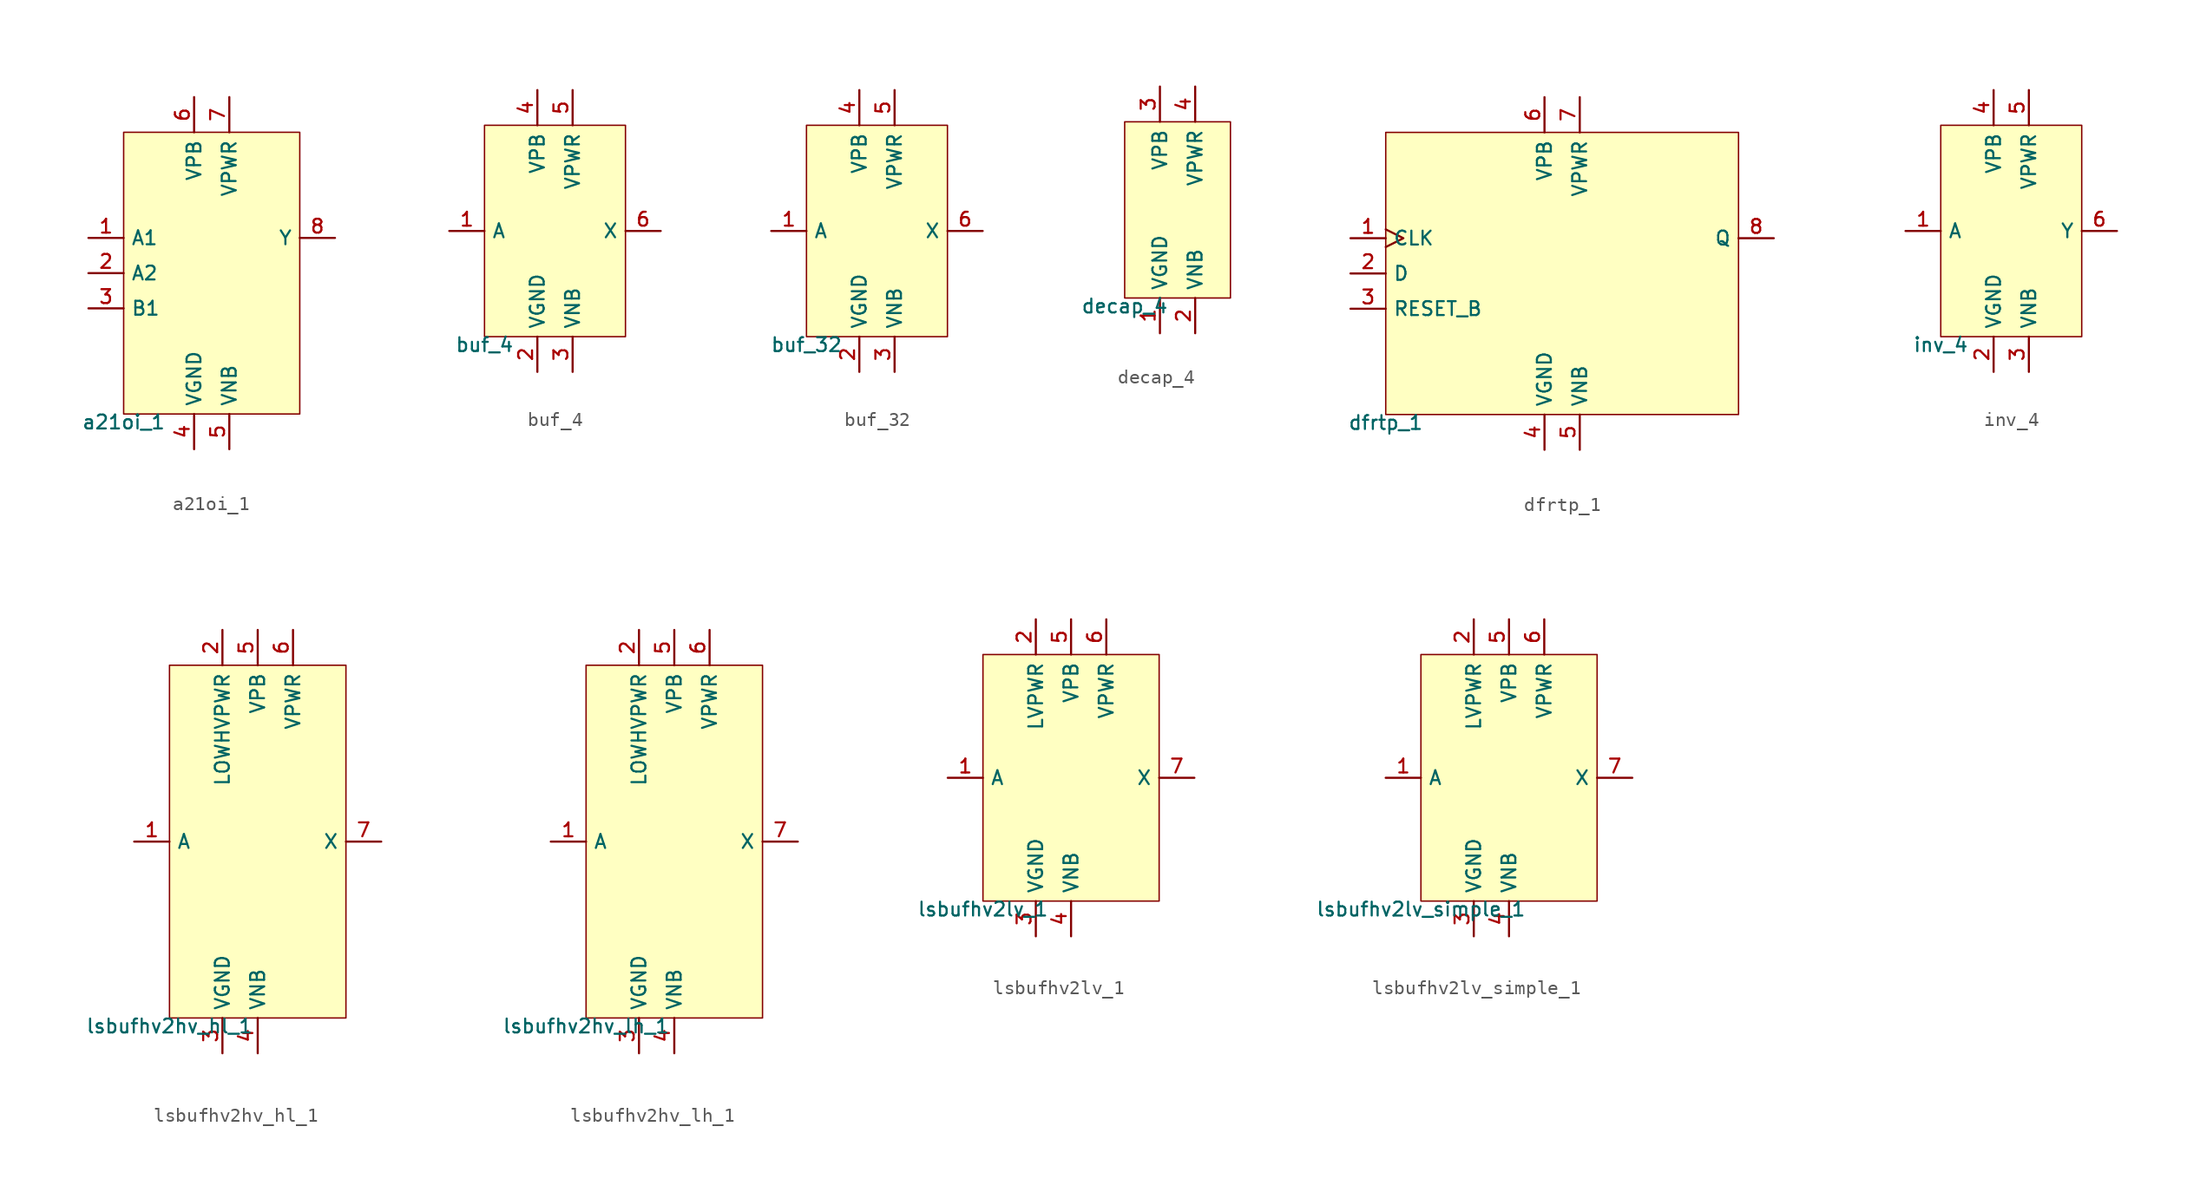
<source format=kicad_sym>
(kicad_symbol_lib
  (version 20211014)
  (generator pdk2kicad)
  (symbol "a21oi_1"
    (property "Reference" "X"
      (at 0 0 0)
      (effects (font (size 1 1)) hide))
    (property "Value" "a21oi_1"
      (at -6.35 -10.16 0)
      (effects (font (size 1 1)) (justify top)))
    (rectangle
      (start -6.35 -10.16)
      (end 6.35 10.16)
      (stroke (width 0.1) (type solid) (color 0 0 0 0))
      (fill (type background)))
    (pin input line
      (at -8.89 2.54 0)
      (length 2.54)
      (name "A1" (effects (font (size 1 1)) hide))
      (number "1" (effects (font (size 1 1)) hide)))
    (pin input line
      (at -8.89 0.0 0)
      (length 2.54)
      (name "A2" (effects (font (size 1 1)) hide))
      (number "2" (effects (font (size 1 1)) hide)))
    (pin input line
      (at -8.89 -2.54 0)
      (length 2.54)
      (name "B1" (effects (font (size 1 1)) hide))
      (number "3" (effects (font (size 1 1)) hide)))
    (pin power_in line
      (at -1.27 -12.7 90)
      (length 2.54)
      (name "VGND" (effects (font (size 1 1)) hide))
      (number "4" (effects (font (size 1 1)) hide)))
    (pin power_in line
      (at 1.27 -12.7 90)
      (length 2.54)
      (name "VNB" (effects (font (size 1 1)) hide))
      (number "5" (effects (font (size 1 1)) hide)))
    (pin power_in line
      (at -1.27 12.7 270)
      (length 2.54)
      (name "VPB" (effects (font (size 1 1)) hide))
      (number "6" (effects (font (size 1 1)) hide)))
    (pin power_in line
      (at 1.27 12.7 270)
      (length 2.54)
      (name "VPWR" (effects (font (size 1 1)) hide))
      (number "7" (effects (font (size 1 1)) hide)))
    (pin output line
      (at 8.89 2.54 180)
      (length 2.54)
      (name "Y" (effects (font (size 1 1)) hide))
      (number "8" (effects (font (size 1 1)) hide))))
  (symbol "buf_4"
    (property "Reference" "X"
      (at 0 0 0)
      (effects (font (size 1 1)) hide))
    (property "Value" "buf_4"
      (at -5.08 -7.62 0)
      (effects (font (size 1 1)) (justify top)))
    (rectangle
      (start -5.08 -7.62)
      (end 5.08 7.62)
      (stroke (width 0.1) (type solid) (color 0 0 0 0))
      (fill (type background)))
    (pin input line
      (at -7.62 0.0 0)
      (length 2.54)
      (name "A" (effects (font (size 1 1)) hide))
      (number "1" (effects (font (size 1 1)) hide)))
    (pin power_in line
      (at -1.27 -10.16 90)
      (length 2.54)
      (name "VGND" (effects (font (size 1 1)) hide))
      (number "2" (effects (font (size 1 1)) hide)))
    (pin power_in line
      (at 1.27 -10.16 90)
      (length 2.54)
      (name "VNB" (effects (font (size 1 1)) hide))
      (number "3" (effects (font (size 1 1)) hide)))
    (pin power_in line
      (at -1.27 10.16 270)
      (length 2.54)
      (name "VPB" (effects (font (size 1 1)) hide))
      (number "4" (effects (font (size 1 1)) hide)))
    (pin power_in line
      (at 1.27 10.16 270)
      (length 2.54)
      (name "VPWR" (effects (font (size 1 1)) hide))
      (number "5" (effects (font (size 1 1)) hide)))
    (pin output line
      (at 7.62 0.0 180)
      (length 2.54)
      (name "X" (effects (font (size 1 1)) hide))
      (number "6" (effects (font (size 1 1)) hide))))
  (symbol "buf_32"
    (property "Reference" "X"
      (at 0 0 0)
      (effects (font (size 1 1)) hide))
    (property "Value" "buf_32"
      (at -5.08 -7.62 0)
      (effects (font (size 1 1)) (justify top)))
    (rectangle
      (start -5.08 -7.62)
      (end 5.08 7.62)
      (stroke (width 0.1) (type solid) (color 0 0 0 0))
      (fill (type background)))
    (pin input line
      (at -7.62 0.0 0)
      (length 2.54)
      (name "A" (effects (font (size 1 1)) hide))
      (number "1" (effects (font (size 1 1)) hide)))
    (pin power_in line
      (at -1.27 -10.16 90)
      (length 2.54)
      (name "VGND" (effects (font (size 1 1)) hide))
      (number "2" (effects (font (size 1 1)) hide)))
    (pin power_in line
      (at 1.27 -10.16 90)
      (length 2.54)
      (name "VNB" (effects (font (size 1 1)) hide))
      (number "3" (effects (font (size 1 1)) hide)))
    (pin power_in line
      (at -1.27 10.16 270)
      (length 2.54)
      (name "VPB" (effects (font (size 1 1)) hide))
      (number "4" (effects (font (size 1 1)) hide)))
    (pin power_in line
      (at 1.27 10.16 270)
      (length 2.54)
      (name "VPWR" (effects (font (size 1 1)) hide))
      (number "5" (effects (font (size 1 1)) hide)))
    (pin output line
      (at 7.62 0.0 180)
      (length 2.54)
      (name "X" (effects (font (size 1 1)) hide))
      (number "6" (effects (font (size 1 1)) hide))))
  (symbol "decap_4"
    (property "Reference" "X"
      (at 0 0 0)
      (effects (font (size 1 1)) hide))
    (property "Value" "decap_4"
      (at -3.81 -6.35 0)
      (effects (font (size 1 1)) (justify top)))
    (rectangle
      (start -3.81 -6.35)
      (end 3.81 6.35)
      (stroke (width 0.1) (type solid) (color 0 0 0 0))
      (fill (type background)))
    (pin power_in line
      (at -1.27 -8.89 90)
      (length 2.54)
      (name "VGND" (effects (font (size 1 1)) hide))
      (number "1" (effects (font (size 1 1)) hide)))
    (pin power_in line
      (at 1.27 -8.89 90)
      (length 2.54)
      (name "VNB" (effects (font (size 1 1)) hide))
      (number "2" (effects (font (size 1 1)) hide)))
    (pin power_in line
      (at -1.27 8.89 270)
      (length 2.54)
      (name "VPB" (effects (font (size 1 1)) hide))
      (number "3" (effects (font (size 1 1)) hide)))
    (pin power_in line
      (at 1.27 8.89 270)
      (length 2.54)
      (name "VPWR" (effects (font (size 1 1)) hide))
      (number "4" (effects (font (size 1 1)) hide))))
  (symbol "dfrtp_1"
    (property "Reference" "X"
      (at 0 0 0)
      (effects (font (size 1 1)) hide))
    (property "Value" "dfrtp_1"
      (at -12.7 -10.16 0)
      (effects (font (size 1 1)) (justify top)))
    (rectangle
      (start -12.7 -10.16)
      (end 12.7 10.16)
      (stroke (width 0.1) (type solid) (color 0 0 0 0))
      (fill (type background)))
    (pin input clock
      (at -15.24 2.54 0)
      (length 2.54)
      (name "CLK" (effects (font (size 1 1)) hide))
      (number "1" (effects (font (size 1 1)) hide)))
    (pin input line
      (at -15.24 0.0 0)
      (length 2.54)
      (name "D" (effects (font (size 1 1)) hide))
      (number "2" (effects (font (size 1 1)) hide)))
    (pin input line
      (at -15.24 -2.54 0)
      (length 2.54)
      (name "RESET_B" (effects (font (size 1 1)) hide))
      (number "3" (effects (font (size 1 1)) hide)))
    (pin power_in line
      (at -1.27 -12.7 90)
      (length 2.54)
      (name "VGND" (effects (font (size 1 1)) hide))
      (number "4" (effects (font (size 1 1)) hide)))
    (pin power_in line
      (at 1.27 -12.7 90)
      (length 2.54)
      (name "VNB" (effects (font (size 1 1)) hide))
      (number "5" (effects (font (size 1 1)) hide)))
    (pin power_in line
      (at -1.27 12.7 270)
      (length 2.54)
      (name "VPB" (effects (font (size 1 1)) hide))
      (number "6" (effects (font (size 1 1)) hide)))
    (pin power_in line
      (at 1.27 12.7 270)
      (length 2.54)
      (name "VPWR" (effects (font (size 1 1)) hide))
      (number "7" (effects (font (size 1 1)) hide)))
    (pin output line
      (at 15.24 2.54 180)
      (length 2.54)
      (name "Q" (effects (font (size 1 1)) hide))
      (number "8" (effects (font (size 1 1)) hide))))
  (symbol "inv_4"
    (property "Reference" "X"
      (at 0 0 0)
      (effects (font (size 1 1)) hide))
    (property "Value" "inv_4"
      (at -5.08 -7.62 0)
      (effects (font (size 1 1)) (justify top)))
    (rectangle
      (start -5.08 -7.62)
      (end 5.08 7.62)
      (stroke (width 0.1) (type solid) (color 0 0 0 0))
      (fill (type background)))
    (pin input line
      (at -7.62 0.0 0)
      (length 2.54)
      (name "A" (effects (font (size 1 1)) hide))
      (number "1" (effects (font (size 1 1)) hide)))
    (pin power_in line
      (at -1.27 -10.16 90)
      (length 2.54)
      (name "VGND" (effects (font (size 1 1)) hide))
      (number "2" (effects (font (size 1 1)) hide)))
    (pin power_in line
      (at 1.27 -10.16 90)
      (length 2.54)
      (name "VNB" (effects (font (size 1 1)) hide))
      (number "3" (effects (font (size 1 1)) hide)))
    (pin power_in line
      (at -1.27 10.16 270)
      (length 2.54)
      (name "VPB" (effects (font (size 1 1)) hide))
      (number "4" (effects (font (size 1 1)) hide)))
    (pin power_in line
      (at 1.27 10.16 270)
      (length 2.54)
      (name "VPWR" (effects (font (size 1 1)) hide))
      (number "5" (effects (font (size 1 1)) hide)))
    (pin output line
      (at 7.62 0.0 180)
      (length 2.54)
      (name "Y" (effects (font (size 1 1)) hide))
      (number "6" (effects (font (size 1 1)) hide))))
  (symbol "lsbufhv2hv_hl_1"
    (property "Reference" "X"
      (at 0 0 0)
      (effects (font (size 1 1)) hide))
    (property "Value" "lsbufhv2hv_hl_1"
      (at -6.35 -12.7 0)
      (effects (font (size 1 1)) (justify top)))
    (rectangle
      (start -6.35 -12.7)
      (end 6.35 12.7)
      (stroke (width 0.1) (type solid) (color 0 0 0 0))
      (fill (type background)))
    (pin input line
      (at -8.89 0.0 0)
      (length 2.54)
      (name "A" (effects (font (size 1 1)) hide))
      (number "1" (effects (font (size 1 1)) hide)))
    (pin power_in line
      (at -2.54 15.24 270)
      (length 2.54)
      (name "LOWHVPWR" (effects (font (size 1 1)) hide))
      (number "2" (effects (font (size 1 1)) hide)))
    (pin power_in line
      (at -2.54 -15.24 90)
      (length 2.54)
      (name "VGND" (effects (font (size 1 1)) hide))
      (number "3" (effects (font (size 1 1)) hide)))
    (pin power_in line
      (at 4.440892098500626e-16 -15.24 90)
      (length 2.54)
      (name "VNB" (effects (font (size 1 1)) hide))
      (number "4" (effects (font (size 1 1)) hide)))
    (pin power_in line
      (at 4.440892098500626e-16 15.24 270)
      (length 2.54)
      (name "VPB" (effects (font (size 1 1)) hide))
      (number "5" (effects (font (size 1 1)) hide)))
    (pin power_in line
      (at 2.54 15.24 270)
      (length 2.54)
      (name "VPWR" (effects (font (size 1 1)) hide))
      (number "6" (effects (font (size 1 1)) hide)))
    (pin output line
      (at 8.89 0.0 180)
      (length 2.54)
      (name "X" (effects (font (size 1 1)) hide))
      (number "7" (effects (font (size 1 1)) hide))))
  (symbol "lsbufhv2hv_lh_1"
    (property "Reference" "X"
      (at 0 0 0)
      (effects (font (size 1 1)) hide))
    (property "Value" "lsbufhv2hv_lh_1"
      (at -6.35 -12.7 0)
      (effects (font (size 1 1)) (justify top)))
    (rectangle
      (start -6.35 -12.7)
      (end 6.35 12.7)
      (stroke (width 0.1) (type solid) (color 0 0 0 0))
      (fill (type background)))
    (pin input line
      (at -8.89 0.0 0)
      (length 2.54)
      (name "A" (effects (font (size 1 1)) hide))
      (number "1" (effects (font (size 1 1)) hide)))
    (pin power_in line
      (at -2.54 15.24 270)
      (length 2.54)
      (name "LOWHVPWR" (effects (font (size 1 1)) hide))
      (number "2" (effects (font (size 1 1)) hide)))
    (pin power_in line
      (at -2.54 -15.24 90)
      (length 2.54)
      (name "VGND" (effects (font (size 1 1)) hide))
      (number "3" (effects (font (size 1 1)) hide)))
    (pin power_in line
      (at 4.440892098500626e-16 -15.24 90)
      (length 2.54)
      (name "VNB" (effects (font (size 1 1)) hide))
      (number "4" (effects (font (size 1 1)) hide)))
    (pin power_in line
      (at 4.440892098500626e-16 15.24 270)
      (length 2.54)
      (name "VPB" (effects (font (size 1 1)) hide))
      (number "5" (effects (font (size 1 1)) hide)))
    (pin power_in line
      (at 2.54 15.24 270)
      (length 2.54)
      (name "VPWR" (effects (font (size 1 1)) hide))
      (number "6" (effects (font (size 1 1)) hide)))
    (pin output line
      (at 8.89 0.0 180)
      (length 2.54)
      (name "X" (effects (font (size 1 1)) hide))
      (number "7" (effects (font (size 1 1)) hide))))
  (symbol "lsbufhv2lv_1"
    (property "Reference" "X"
      (at 0 0 0)
      (effects (font (size 1 1)) hide))
    (property "Value" "lsbufhv2lv_1"
      (at -6.35 -8.89 0)
      (effects (font (size 1 1)) (justify top)))
    (rectangle
      (start -6.35 -8.89)
      (end 6.35 8.89)
      (stroke (width 0.1) (type solid) (color 0 0 0 0))
      (fill (type background)))
    (pin input line
      (at -8.89 8.881784197001252e-16 0)
      (length 2.54)
      (name "A" (effects (font (size 1 1)) hide))
      (number "1" (effects (font (size 1 1)) hide)))
    (pin power_in line
      (at -2.54 11.43 270)
      (length 2.54)
      (name "LVPWR" (effects (font (size 1 1)) hide))
      (number "2" (effects (font (size 1 1)) hide)))
    (pin power_in line
      (at -2.54 -11.43 90)
      (length 2.54)
      (name "VGND" (effects (font (size 1 1)) hide))
      (number "3" (effects (font (size 1 1)) hide)))
    (pin power_in line
      (at 4.440892098500626e-16 -11.43 90)
      (length 2.54)
      (name "VNB" (effects (font (size 1 1)) hide))
      (number "4" (effects (font (size 1 1)) hide)))
    (pin power_in line
      (at 4.440892098500626e-16 11.43 270)
      (length 2.54)
      (name "VPB" (effects (font (size 1 1)) hide))
      (number "5" (effects (font (size 1 1)) hide)))
    (pin power_in line
      (at 2.54 11.43 270)
      (length 2.54)
      (name "VPWR" (effects (font (size 1 1)) hide))
      (number "6" (effects (font (size 1 1)) hide)))
    (pin output line
      (at 8.89 8.881784197001252e-16 180)
      (length 2.54)
      (name "X" (effects (font (size 1 1)) hide))
      (number "7" (effects (font (size 1 1)) hide))))
  (symbol "lsbufhv2lv_simple_1"
    (property "Reference" "X"
      (at 0 0 0)
      (effects (font (size 1 1)) hide))
    (property "Value" "lsbufhv2lv_simple_1"
      (at -6.35 -8.89 0)
      (effects (font (size 1 1)) (justify top)))
    (rectangle
      (start -6.35 -8.89)
      (end 6.35 8.89)
      (stroke (width 0.1) (type solid) (color 0 0 0 0))
      (fill (type background)))
    (pin input line
      (at -8.89 8.881784197001252e-16 0)
      (length 2.54)
      (name "A" (effects (font (size 1 1)) hide))
      (number "1" (effects (font (size 1 1)) hide)))
    (pin power_in line
      (at -2.54 11.43 270)
      (length 2.54)
      (name "LVPWR" (effects (font (size 1 1)) hide))
      (number "2" (effects (font (size 1 1)) hide)))
    (pin power_in line
      (at -2.54 -11.43 90)
      (length 2.54)
      (name "VGND" (effects (font (size 1 1)) hide))
      (number "3" (effects (font (size 1 1)) hide)))
    (pin power_in line
      (at 4.440892098500626e-16 -11.43 90)
      (length 2.54)
      (name "VNB" (effects (font (size 1 1)) hide))
      (number "4" (effects (font (size 1 1)) hide)))
    (pin power_in line
      (at 4.440892098500626e-16 11.43 270)
      (length 2.54)
      (name "VPB" (effects (font (size 1 1)) hide))
      (number "5" (effects (font (size 1 1)) hide)))
    (pin power_in line
      (at 2.54 11.43 270)
      (length 2.54)
      (name "VPWR" (effects (font (size 1 1)) hide))
      (number "6" (effects (font (size 1 1)) hide)))
    (pin output line
      (at 8.89 8.881784197001252e-16 180)
      (length 2.54)
      (name "X" (effects (font (size 1 1)) hide))
      (number "7" (effects (font (size 1 1)) hide)))))
</source>
